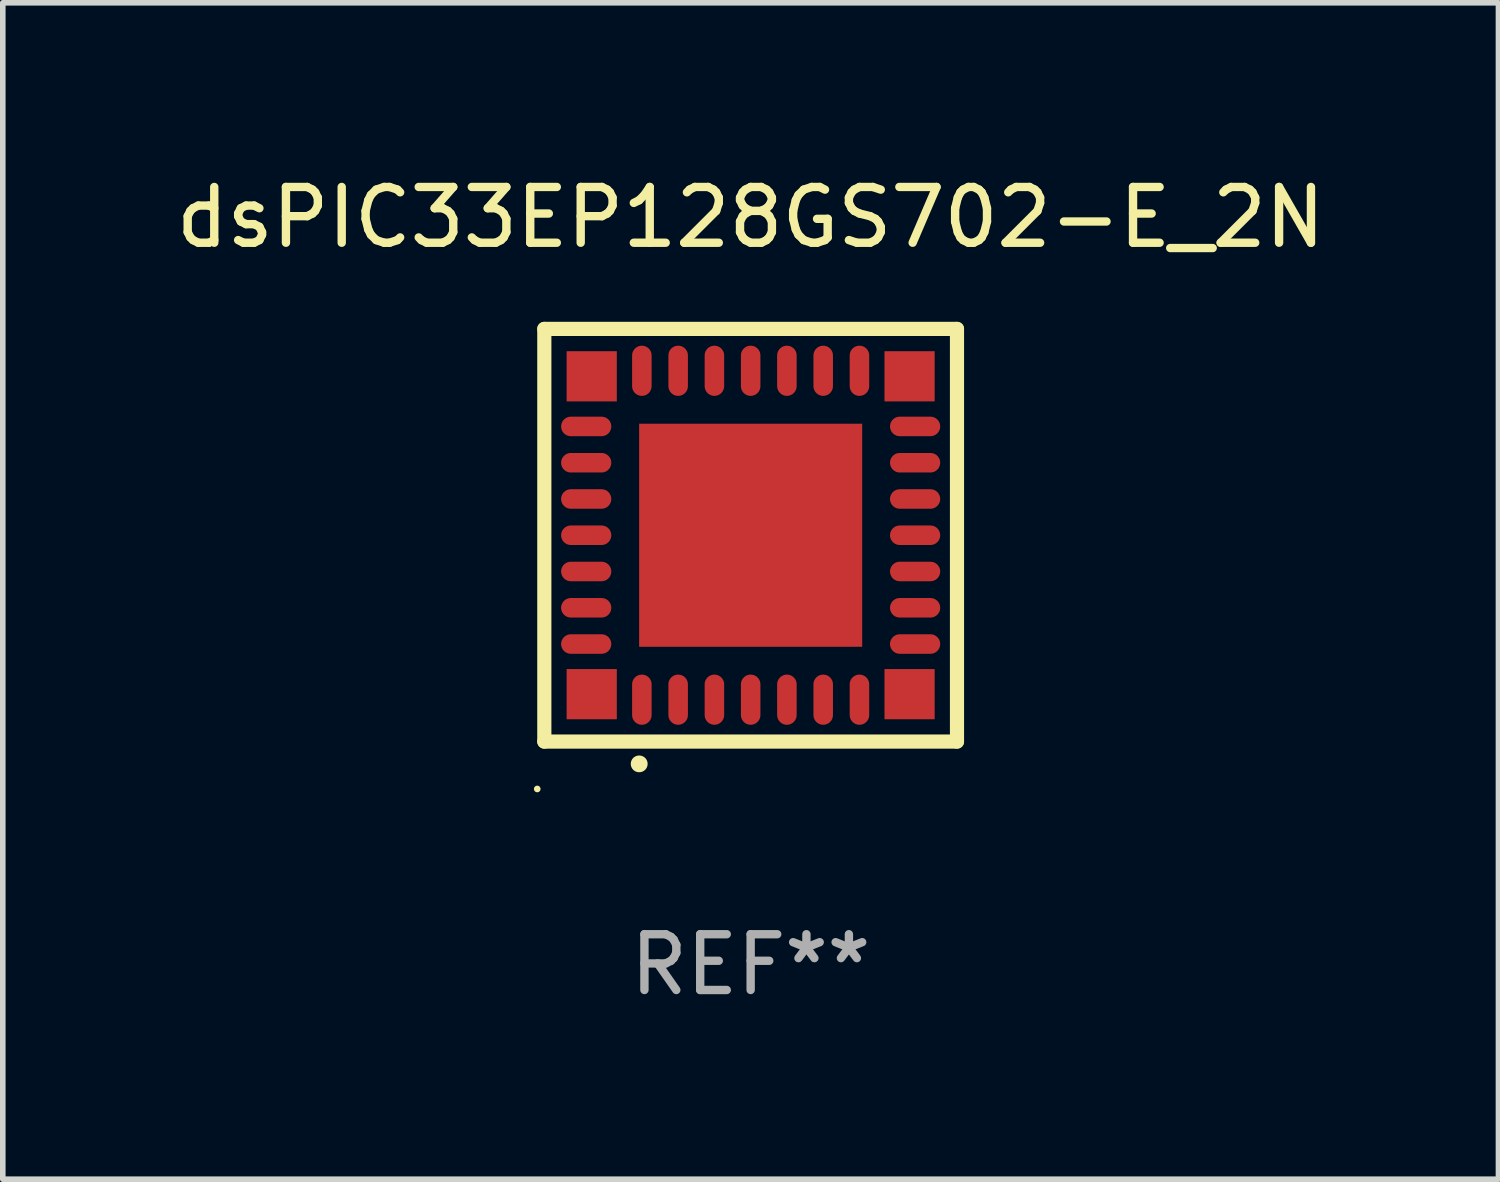
<source format=kicad_pcb>
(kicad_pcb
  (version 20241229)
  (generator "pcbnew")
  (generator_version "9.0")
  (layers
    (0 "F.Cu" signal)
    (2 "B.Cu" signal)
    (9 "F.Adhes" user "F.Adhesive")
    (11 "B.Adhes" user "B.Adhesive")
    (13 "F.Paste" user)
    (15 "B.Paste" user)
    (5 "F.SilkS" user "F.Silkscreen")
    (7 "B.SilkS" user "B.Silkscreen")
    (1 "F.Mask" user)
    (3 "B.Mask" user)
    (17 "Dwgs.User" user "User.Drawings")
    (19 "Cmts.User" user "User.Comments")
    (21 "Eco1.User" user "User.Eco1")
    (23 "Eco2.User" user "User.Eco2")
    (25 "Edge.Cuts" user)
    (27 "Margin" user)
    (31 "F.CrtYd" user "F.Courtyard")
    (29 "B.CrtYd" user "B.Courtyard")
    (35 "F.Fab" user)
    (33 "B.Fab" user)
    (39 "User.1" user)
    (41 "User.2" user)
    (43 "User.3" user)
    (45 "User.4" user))
  (footprint "dsPIC33EP128GS702-E_2N"
    (layer "F.Cu")
    (at 10.411 6.548)
    (property "Reference" "dsPIC33EP128GS702-E_2N" (at 0 -5.7 0) (layer "F.SilkS") (effects (font (size 1 1) (thickness 0.15))))
    (attr through_hole)
    (fp_line (start -3.7 -3.7) (end 3.7 -3.7) (stroke (width 0.254) (type solid)) (layer "F.SilkS"))
    (fp_line (start -3.7 3.7) (end -3.7 -3.7) (stroke (width 0.254) (type solid)) (layer "F.SilkS"))
    (fp_line (start 3.7 -3.7) (end 3.7 3.7) (stroke (width 0.254) (type solid)) (layer "F.SilkS"))
    (fp_line (start 3.7 3.7) (end -3.7 3.7) (stroke (width 0.254) (type solid)) (layer "F.SilkS"))
    (fp_arc (start -2 4.1) (mid -1.99873 4.099995) (end -1.99746 4.1) (stroke (width 0.3) (type solid)) (layer "F.SilkS"))
    (fp_circle (center -3.827 4.55) (end -3.797 4.55) (stroke (width 0.06) (type solid)) (fill no) (layer "F.SilkS"))
    (fp_text user "REF**" (at 0 7.7 0) (layer "F.Fab") (effects (font (size 1 1) (thickness 0.15))))
    (pad "1" smd oval (at -1.951 2.949 180) (size 0.35 0.9) (layers "F.Cu" "F.Mask" "F.Paste"))
    (pad "2" smd oval (at -1.3 2.949 180) (size 0.35 0.9) (layers "F.Cu" "F.Mask" "F.Paste"))
    (pad "3" smd oval (at -0.65 2.949 180) (size 0.35 0.9) (layers "F.Cu" "F.Mask" "F.Paste"))
    (pad "4" smd oval (at 0.000051 2.949 180) (size 0.35 0.9) (layers "F.Cu" "F.Mask" "F.Paste"))
    (pad "5" smd oval (at 0.65 2.949 180) (size 0.35 0.9) (layers "F.Cu" "F.Mask" "F.Paste"))
    (pad "6" smd oval (at 1.301 2.949 180) (size 0.35 0.9) (layers "F.Cu" "F.Mask" "F.Paste"))
    (pad "7" smd oval (at 1.951 2.949 180) (size 0.35 0.9) (layers "F.Cu" "F.Mask" "F.Paste"))
    (pad "8" smd oval (at 2.949 1.951 90) (size 0.35 0.9) (layers "F.Cu" "F.Mask" "F.Paste"))
    (pad "9" smd oval (at 2.949 1.301 90) (size 0.35 0.9) (layers "F.Cu" "F.Mask" "F.Paste"))
    (pad "10" smd oval (at 2.949 0.65 90) (size 0.35 0.9) (layers "F.Cu" "F.Mask" "F.Paste"))
    (pad "11" smd oval (at 2.949 0.000051 90) (size 0.35 0.9) (layers "F.Cu" "F.Mask" "F.Paste"))
    (pad "12" smd oval (at 2.949 -0.65 90) (size 0.35 0.9) (layers "F.Cu" "F.Mask" "F.Paste"))
    (pad "13" smd oval (at 2.949 -1.3 90) (size 0.35 0.9) (layers "F.Cu" "F.Mask" "F.Paste"))
    (pad "14" smd oval (at 2.949 -1.951 90) (size 0.35 0.9) (layers "F.Cu" "F.Mask" "F.Paste"))
    (pad "15" smd oval (at 1.951 -2.949 180) (size 0.35 0.9) (layers "F.Cu" "F.Mask" "F.Paste"))
    (pad "16" smd oval (at 1.301 -2.949 180) (size 0.35 0.9) (layers "F.Cu" "F.Mask" "F.Paste"))
    (pad "17" smd oval (at 0.65 -2.949 180) (size 0.35 0.9) (layers "F.Cu" "F.Mask" "F.Paste"))
    (pad "18" smd oval (at 0.000051 -2.949 180) (size 0.35 0.9) (layers "F.Cu" "F.Mask" "F.Paste"))
    (pad "19" smd oval (at -0.65 -2.949 180) (size 0.35 0.9) (layers "F.Cu" "F.Mask" "F.Paste"))
    (pad "20" smd oval (at -1.3 -2.949 180) (size 0.35 0.9) (layers "F.Cu" "F.Mask" "F.Paste"))
    (pad "21" smd oval (at -1.951 -2.949 180) (size 0.35 0.9) (layers "F.Cu" "F.Mask" "F.Paste"))
    (pad "22" smd oval (at -2.949 -1.951 90) (size 0.35 0.9) (layers "F.Cu" "F.Mask" "F.Paste"))
    (pad "23" smd oval (at -2.949 -1.3 90) (size 0.35 0.9) (layers "F.Cu" "F.Mask" "F.Paste"))
    (pad "24" smd oval (at -2.949 -0.65 90) (size 0.35 0.9) (layers "F.Cu" "F.Mask" "F.Paste"))
    (pad "25" smd oval (at -2.949 0.000051 90) (size 0.35 0.9) (layers "F.Cu" "F.Mask" "F.Paste"))
    (pad "26" smd oval (at -2.949 0.65 90) (size 0.35 0.9) (layers "F.Cu" "F.Mask" "F.Paste"))
    (pad "27" smd oval (at -2.949 1.301 90) (size 0.35 0.9) (layers "F.Cu" "F.Mask" "F.Paste"))
    (pad "28" smd oval (at -2.949 1.951 90) (size 0.35 0.9) (layers "F.Cu" "F.Mask" "F.Paste"))
    (pad "29" smd rect (at -2.85 -2.85 90) (size 0.9 0.9) (layers "F.Cu" "F.Mask" "F.Paste"))
    (pad "29" smd rect (at -2.85 2.85 90) (size 0.9 0.9) (layers "F.Cu" "F.Mask" "F.Paste"))
    (pad "29" smd rect (at 0.000051 0.000051 90) (size 4 4) (layers "F.Cu" "F.Mask" "F.Paste"))
    (pad "29" smd rect (at 2.85 -2.85 90) (size 0.9 0.9) (layers "F.Cu" "F.Mask" "F.Paste"))
    (pad "29" smd rect (at 2.85 2.85 90) (size 0.9 0.9) (layers "F.Cu" "F.Mask" "F.Paste")))
  (gr_rect
    (start -3 -3)
    (end 23.821 18.096)
    (stroke (width 0.1) (type default))
    (fill no)
    (layer "Edge.Cuts")))
</source>
